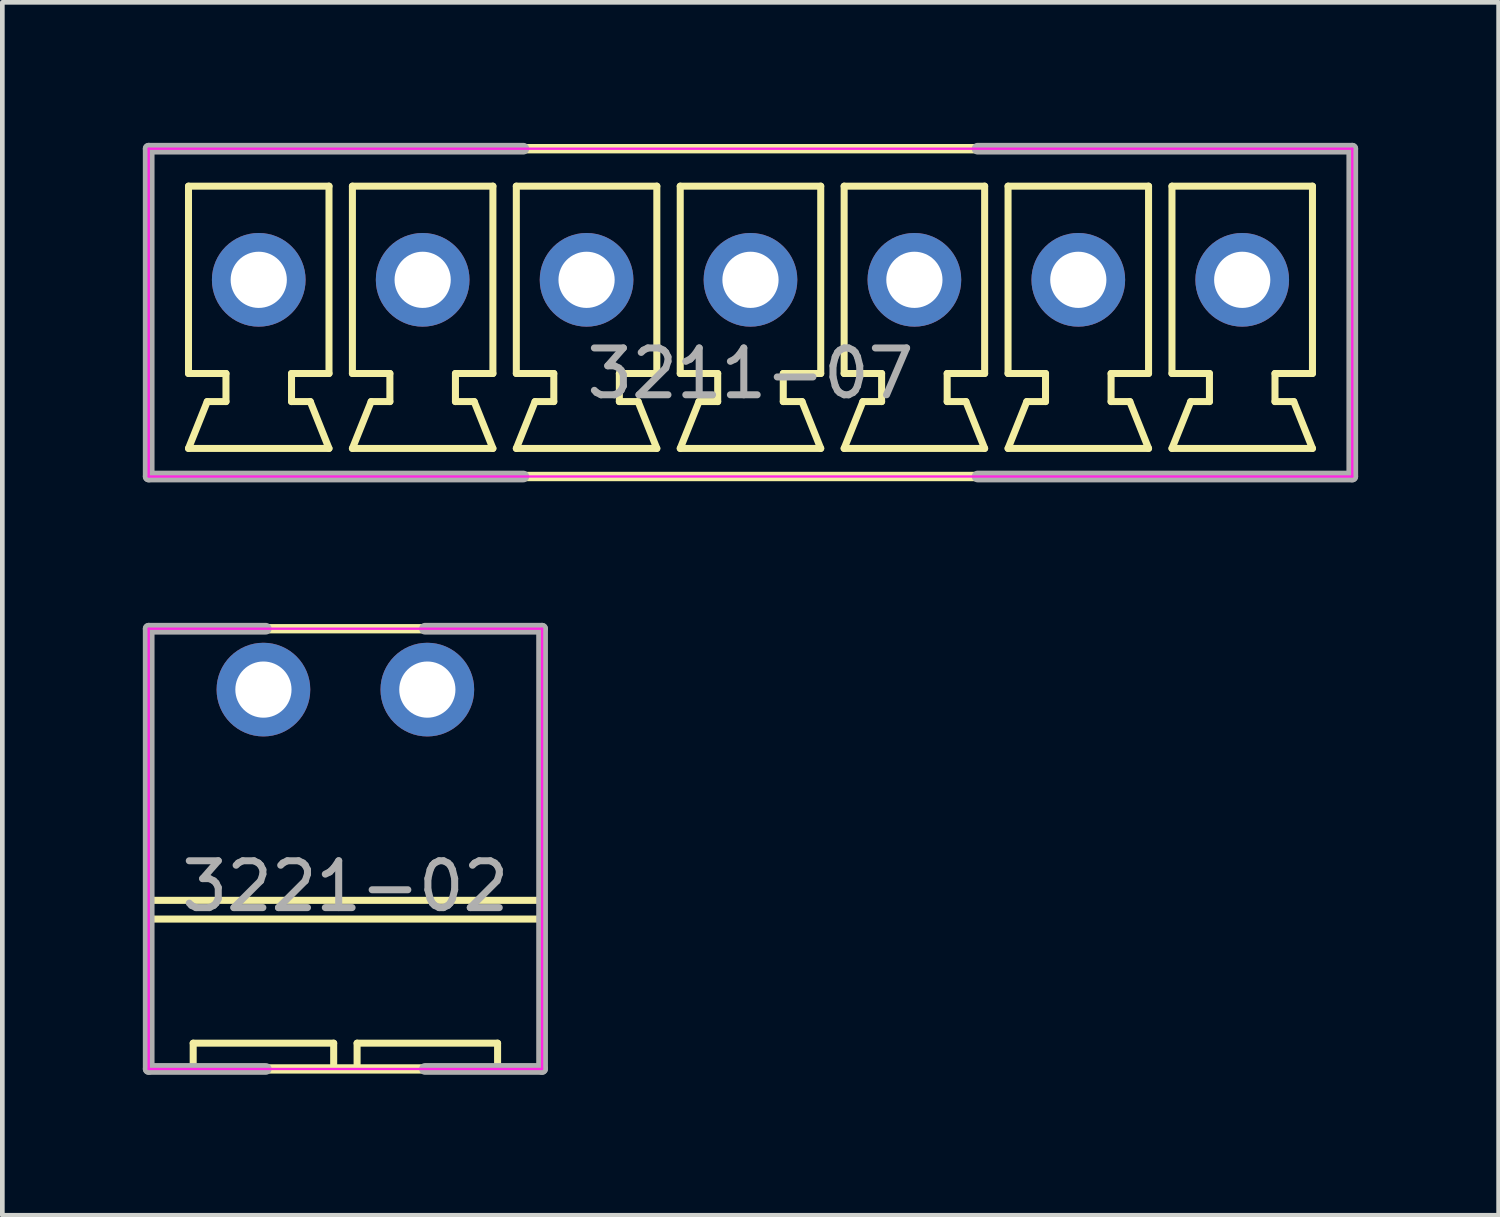
<source format=kicad_pcb>
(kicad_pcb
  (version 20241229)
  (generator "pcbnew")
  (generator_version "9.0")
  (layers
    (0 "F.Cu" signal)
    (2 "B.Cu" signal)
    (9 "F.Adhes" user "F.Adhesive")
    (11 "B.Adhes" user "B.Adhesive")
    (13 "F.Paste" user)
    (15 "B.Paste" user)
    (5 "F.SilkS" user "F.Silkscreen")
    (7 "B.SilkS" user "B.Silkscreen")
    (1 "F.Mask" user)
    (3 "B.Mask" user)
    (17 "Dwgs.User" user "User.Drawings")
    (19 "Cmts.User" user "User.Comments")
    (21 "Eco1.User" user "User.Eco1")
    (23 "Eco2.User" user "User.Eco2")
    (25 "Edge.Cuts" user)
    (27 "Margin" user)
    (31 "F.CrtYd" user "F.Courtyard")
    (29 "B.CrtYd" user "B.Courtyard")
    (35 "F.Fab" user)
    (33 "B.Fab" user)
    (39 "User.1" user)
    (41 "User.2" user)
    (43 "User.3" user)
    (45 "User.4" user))
  (footprint "3211-07"
    (layer "F.Cu")
    (at 12.975 2.925)
    (property "Reference" "3211-07" (at 0 2 180) (layer "F.Fab") (effects (font (size 1 1) (thickness 0.15))))
    (attr through_hole)
    (fp_line (start -12.85 4.2) (end -12.85 -2.8) (stroke (width 0.2) (type solid)) (layer "F.SilkS"))
    (fp_line (start -12 -2) (end -12 2) (stroke (width 0.15) (type solid)) (layer "F.SilkS"))
    (fp_line (start -12 3.6) (end -11.6 2.6) (stroke (width 0.15) (type solid)) (layer "F.SilkS"))
    (fp_line (start -11.6 2.6) (end -11.2 2.6) (stroke (width 0.15) (type solid)) (layer "F.SilkS"))
    (fp_line (start -11.2 2) (end -12 2) (stroke (width 0.15) (type solid)) (layer "F.SilkS"))
    (fp_line (start -11.2 2) (end -11.2 2.6) (stroke (width 0.15) (type solid)) (layer "F.SilkS"))
    (fp_line (start -9.8 2) (end -9.8 2.6) (stroke (width 0.15) (type solid)) (layer "F.SilkS"))
    (fp_line (start -9.8 2.6) (end -9.4 2.6) (stroke (width 0.15) (type solid)) (layer "F.SilkS"))
    (fp_line (start -9.4 2.6) (end -9 3.6) (stroke (width 0.15) (type solid)) (layer "F.SilkS"))
    (fp_line (start -9 -2) (end -12 -2) (stroke (width 0.15) (type solid)) (layer "F.SilkS"))
    (fp_line (start -9 -2) (end -9 2) (stroke (width 0.15) (type solid)) (layer "F.SilkS"))
    (fp_line (start -9 2) (end -9.8 2) (stroke (width 0.15) (type solid)) (layer "F.SilkS"))
    (fp_line (start -9 3.6) (end -12 3.6) (stroke (width 0.15) (type solid)) (layer "F.SilkS"))
    (fp_line (start -8.5 -2) (end -8.5 2) (stroke (width 0.15) (type solid)) (layer "F.SilkS"))
    (fp_line (start -8.5 3.6) (end -8.1 2.6) (stroke (width 0.15) (type solid)) (layer "F.SilkS"))
    (fp_line (start -8.1 2.6) (end -7.7 2.6) (stroke (width 0.15) (type solid)) (layer "F.SilkS"))
    (fp_line (start -7.7 2) (end -8.5 2) (stroke (width 0.15) (type solid)) (layer "F.SilkS"))
    (fp_line (start -7.7 2) (end -7.7 2.6) (stroke (width 0.15) (type solid)) (layer "F.SilkS"))
    (fp_line (start -6.3 2) (end -6.3 2.6) (stroke (width 0.15) (type solid)) (layer "F.SilkS"))
    (fp_line (start -6.3 2.6) (end -5.9 2.6) (stroke (width 0.15) (type solid)) (layer "F.SilkS"))
    (fp_line (start -5.9 2.6) (end -5.5 3.6) (stroke (width 0.15) (type solid)) (layer "F.SilkS"))
    (fp_line (start -5.5 -2) (end -8.5 -2) (stroke (width 0.15) (type solid)) (layer "F.SilkS"))
    (fp_line (start -5.5 -2) (end -5.5 2) (stroke (width 0.15) (type solid)) (layer "F.SilkS"))
    (fp_line (start -5.5 2) (end -6.3 2) (stroke (width 0.15) (type solid)) (layer "F.SilkS"))
    (fp_line (start -5.5 3.6) (end -8.5 3.6) (stroke (width 0.15) (type solid)) (layer "F.SilkS"))
    (fp_line (start -5 -2) (end -5 2) (stroke (width 0.15) (type solid)) (layer "F.SilkS"))
    (fp_line (start -5 3.6) (end -4.6 2.6) (stroke (width 0.15) (type solid)) (layer "F.SilkS"))
    (fp_line (start -4.6 2.6) (end -4.2 2.6) (stroke (width 0.15) (type solid)) (layer "F.SilkS"))
    (fp_line (start -4.2 2) (end -5 2) (stroke (width 0.15) (type solid)) (layer "F.SilkS"))
    (fp_line (start -4.2 2) (end -4.2 2.6) (stroke (width 0.15) (type solid)) (layer "F.SilkS"))
    (fp_line (start -2.8 2) (end -2.8 2.6) (stroke (width 0.15) (type solid)) (layer "F.SilkS"))
    (fp_line (start -2.8 2.6) (end -2.4 2.6) (stroke (width 0.15) (type solid)) (layer "F.SilkS"))
    (fp_line (start -2.4 2.6) (end -2 3.6) (stroke (width 0.15) (type solid)) (layer "F.SilkS"))
    (fp_line (start -2 -2) (end -5 -2) (stroke (width 0.15) (type solid)) (layer "F.SilkS"))
    (fp_line (start -2 -2) (end -2 2) (stroke (width 0.15) (type solid)) (layer "F.SilkS"))
    (fp_line (start -2 2) (end -2.8 2) (stroke (width 0.15) (type solid)) (layer "F.SilkS"))
    (fp_line (start -2 3.6) (end -5 3.6) (stroke (width 0.15) (type solid)) (layer "F.SilkS"))
    (fp_line (start -1.5 -2) (end -1.5 2) (stroke (width 0.15) (type solid)) (layer "F.SilkS"))
    (fp_line (start -1.5 3.6) (end -1.1 2.6) (stroke (width 0.15) (type solid)) (layer "F.SilkS"))
    (fp_line (start -1.1 2.6) (end -0.7 2.6) (stroke (width 0.15) (type solid)) (layer "F.SilkS"))
    (fp_line (start -0.7 2) (end -1.5 2) (stroke (width 0.15) (type solid)) (layer "F.SilkS"))
    (fp_line (start -0.7 2) (end -0.7 2.6) (stroke (width 0.15) (type solid)) (layer "F.SilkS"))
    (fp_line (start 0.7 2) (end 0.7 2.6) (stroke (width 0.15) (type solid)) (layer "F.SilkS"))
    (fp_line (start 0.7 2.6) (end 1.1 2.6) (stroke (width 0.15) (type solid)) (layer "F.SilkS"))
    (fp_line (start 1.1 2.6) (end 1.5 3.6) (stroke (width 0.15) (type solid)) (layer "F.SilkS"))
    (fp_line (start 1.5 -2) (end -1.5 -2) (stroke (width 0.15) (type solid)) (layer "F.SilkS"))
    (fp_line (start 1.5 -2) (end 1.5 2) (stroke (width 0.15) (type solid)) (layer "F.SilkS"))
    (fp_line (start 1.5 2) (end 0.7 2) (stroke (width 0.15) (type solid)) (layer "F.SilkS"))
    (fp_line (start 1.5 3.6) (end -1.5 3.6) (stroke (width 0.15) (type solid)) (layer "F.SilkS"))
    (fp_line (start 2 -2) (end 2 2) (stroke (width 0.15) (type solid)) (layer "F.SilkS"))
    (fp_line (start 2 3.6) (end 2.4 2.6) (stroke (width 0.15) (type solid)) (layer "F.SilkS"))
    (fp_line (start 2.4 2.6) (end 2.8 2.6) (stroke (width 0.15) (type solid)) (layer "F.SilkS"))
    (fp_line (start 2.8 2) (end 2 2) (stroke (width 0.15) (type solid)) (layer "F.SilkS"))
    (fp_line (start 2.8 2) (end 2.8 2.6) (stroke (width 0.15) (type solid)) (layer "F.SilkS"))
    (fp_line (start 4.2 2) (end 4.2 2.6) (stroke (width 0.15) (type solid)) (layer "F.SilkS"))
    (fp_line (start 4.2 2.6) (end 4.6 2.6) (stroke (width 0.15) (type solid)) (layer "F.SilkS"))
    (fp_line (start 4.6 2.6) (end 5 3.6) (stroke (width 0.15) (type solid)) (layer "F.SilkS"))
    (fp_line (start 5 -2) (end 2 -2) (stroke (width 0.15) (type solid)) (layer "F.SilkS"))
    (fp_line (start 5 -2) (end 5 2) (stroke (width 0.15) (type solid)) (layer "F.SilkS"))
    (fp_line (start 5 2) (end 4.2 2) (stroke (width 0.15) (type solid)) (layer "F.SilkS"))
    (fp_line (start 5 3.6) (end 2 3.6) (stroke (width 0.15) (type solid)) (layer "F.SilkS"))
    (fp_line (start 5.5 -2) (end 5.5 2) (stroke (width 0.15) (type solid)) (layer "F.SilkS"))
    (fp_line (start 5.5 3.6) (end 5.9 2.6) (stroke (width 0.15) (type solid)) (layer "F.SilkS"))
    (fp_line (start 5.9 2.6) (end 6.3 2.6) (stroke (width 0.15) (type solid)) (layer "F.SilkS"))
    (fp_line (start 6.3 2) (end 5.5 2) (stroke (width 0.15) (type solid)) (layer "F.SilkS"))
    (fp_line (start 6.3 2) (end 6.3 2.6) (stroke (width 0.15) (type solid)) (layer "F.SilkS"))
    (fp_line (start 7.7 2) (end 7.7 2.6) (stroke (width 0.15) (type solid)) (layer "F.SilkS"))
    (fp_line (start 7.7 2.6) (end 8.1 2.6) (stroke (width 0.15) (type solid)) (layer "F.SilkS"))
    (fp_line (start 8.1 2.6) (end 8.5 3.6) (stroke (width 0.15) (type solid)) (layer "F.SilkS"))
    (fp_line (start 8.5 -2) (end 5.5 -2) (stroke (width 0.15) (type solid)) (layer "F.SilkS"))
    (fp_line (start 8.5 -2) (end 8.5 2) (stroke (width 0.15) (type solid)) (layer "F.SilkS"))
    (fp_line (start 8.5 2) (end 7.7 2) (stroke (width 0.15) (type solid)) (layer "F.SilkS"))
    (fp_line (start 8.5 3.6) (end 5.5 3.6) (stroke (width 0.15) (type solid)) (layer "F.SilkS"))
    (fp_line (start 9 -2) (end 9 2) (stroke (width 0.15) (type solid)) (layer "F.SilkS"))
    (fp_line (start 9 3.6) (end 9.4 2.6) (stroke (width 0.15) (type solid)) (layer "F.SilkS"))
    (fp_line (start 9.4 2.6) (end 9.8 2.6) (stroke (width 0.15) (type solid)) (layer "F.SilkS"))
    (fp_line (start 9.8 2) (end 9 2) (stroke (width 0.15) (type solid)) (layer "F.SilkS"))
    (fp_line (start 9.8 2) (end 9.8 2.6) (stroke (width 0.15) (type solid)) (layer "F.SilkS"))
    (fp_line (start 11.2 2) (end 11.2 2.6) (stroke (width 0.15) (type solid)) (layer "F.SilkS"))
    (fp_line (start 11.2 2.6) (end 11.6 2.6) (stroke (width 0.15) (type solid)) (layer "F.SilkS"))
    (fp_line (start 11.6 2.6) (end 12 3.6) (stroke (width 0.15) (type solid)) (layer "F.SilkS"))
    (fp_line (start 12 -2) (end 9 -2) (stroke (width 0.15) (type solid)) (layer "F.SilkS"))
    (fp_line (start 12 -2) (end 12 2) (stroke (width 0.15) (type solid)) (layer "F.SilkS"))
    (fp_line (start 12 2) (end 11.2 2) (stroke (width 0.15) (type solid)) (layer "F.SilkS"))
    (fp_line (start 12 3.6) (end 9 3.6) (stroke (width 0.15) (type solid)) (layer "F.SilkS"))
    (fp_line (start 12.85 -2.8) (end -12.85 -2.8) (stroke (width 0.2) (type solid)) (layer "F.SilkS"))
    (fp_line (start 12.85 4.2) (end -12.85 4.2) (stroke (width 0.2) (type solid)) (layer "F.SilkS"))
    (fp_line (start 12.85 4.2) (end 12.85 -2.8) (stroke (width 0.2) (type solid)) (layer "F.SilkS"))
    (fp_line (start -12.85 4.2) (end -12.85 -2.8) (stroke (width 0.05) (type solid)) (layer "F.CrtYd"))
    (fp_line (start 12.85 -2.8) (end -12.85 -2.8) (stroke (width 0.05) (type solid)) (layer "F.CrtYd"))
    (fp_line (start 12.85 4.2) (end -12.85 4.2) (stroke (width 0.05) (type solid)) (layer "F.CrtYd"))
    (fp_line (start 12.85 4.2) (end 12.85 -2.8) (stroke (width 0.05) (type solid)) (layer "F.CrtYd"))
    (fp_line (start -12.85 4.2) (end -12.85 -2.8) (stroke (width 0.25) (type solid)) (layer "F.Fab"))
    (fp_line (start -4.85 -2.8) (end -12.85 -2.8) (stroke (width 0.25) (type solid)) (layer "F.Fab"))
    (fp_line (start -4.85 4.2) (end -12.85 4.2) (stroke (width 0.25) (type solid)) (layer "F.Fab"))
    (fp_line (start 12.85 -2.8) (end 4.85 -2.8) (stroke (width 0.25) (type solid)) (layer "F.Fab"))
    (fp_line (start 12.85 4.2) (end 4.85 4.2) (stroke (width 0.25) (type solid)) (layer "F.Fab"))
    (fp_line (start 12.85 4.2) (end 12.85 -2.8) (stroke (width 0.25) (type solid)) (layer "F.Fab"))
    (pad "1" thru_hole circle (at -10.5 0) (size 2 2) (drill 1.2) (layers "*.Cu" "*.Mask"))
    (pad "2" thru_hole circle (at -7 0) (size 2 2) (drill 1.2) (layers "*.Cu" "*.Mask"))
    (pad "3" thru_hole circle (at -3.5 0) (size 2 2) (drill 1.2) (layers "*.Cu" "*.Mask"))
    (pad "4" thru_hole circle (at 0 0) (size 2 2) (drill 1.2) (layers "*.Cu" "*.Mask"))
    (pad "5" thru_hole circle (at 3.5 0) (size 2 2) (drill 1.2) (layers "*.Cu" "*.Mask"))
    (pad "6" thru_hole circle (at 7 0) (size 2 2) (drill 1.2) (layers "*.Cu" "*.Mask"))
    (pad "7" thru_hole circle (at 10.5 0) (size 2 2) (drill 1.2) (layers "*.Cu" "*.Mask")))
  (footprint "3221-02"
    (layer "F.Cu")
    (at 4.325 11.675)
    (property "Reference" "3221-02" (at 0 4.2 0) (layer "F.Fab") (effects (font (size 1 1) (thickness 0.15))))
    (attr through_hole)
    (fp_line (start -4.2 -1.3) (end -4.2 8.1) (stroke (width 0.2) (type solid)) (layer "F.SilkS"))
    (fp_line (start -4.2 -1.3) (end 4.2 -1.3) (stroke (width 0.2) (type solid)) (layer "F.SilkS"))
    (fp_line (start -4.2 4.5) (end 4.2 4.5) (stroke (width 0.15) (type solid)) (layer "F.SilkS"))
    (fp_line (start -4.2 8.1) (end 4.2 8.1) (stroke (width 0.2) (type solid)) (layer "F.SilkS"))
    (fp_line (start -3.25 7.55) (end -0.25 7.55) (stroke (width 0.15) (type solid)) (layer "F.SilkS"))
    (fp_line (start -3.25 8.1) (end -3.25 7.55) (stroke (width 0.15) (type solid)) (layer "F.SilkS"))
    (fp_line (start -0.25 7.55) (end -0.25 8) (stroke (width 0.15) (type solid)) (layer "F.SilkS"))
    (fp_line (start 0.25 7.55) (end 3.25 7.55) (stroke (width 0.15) (type solid)) (layer "F.SilkS"))
    (fp_line (start 0.25 8) (end 0.25 7.55) (stroke (width 0.15) (type solid)) (layer "F.SilkS"))
    (fp_line (start 3.25 7.55) (end 3.25 8.1) (stroke (width 0.15) (type solid)) (layer "F.SilkS"))
    (fp_line (start 4.2 -1.3) (end 4.2 8.1) (stroke (width 0.2) (type solid)) (layer "F.SilkS"))
    (fp_line (start 4.2 4.9) (end -4.2 4.9) (stroke (width 0.15) (type solid)) (layer "F.SilkS"))
    (fp_line (start -4.2 -1.3) (end -4.2 8.1) (stroke (width 0.05) (type solid)) (layer "F.CrtYd"))
    (fp_line (start -4.2 8.1) (end 4.2 8.1) (stroke (width 0.05) (type solid)) (layer "F.CrtYd"))
    (fp_line (start 4.2 -1.3) (end -4.2 -1.3) (stroke (width 0.05) (type solid)) (layer "F.CrtYd"))
    (fp_line (start 4.2 8.1) (end 4.2 -1.3) (stroke (width 0.05) (type solid)) (layer "F.CrtYd"))
    (fp_line (start -4.2 -1.3) (end -4.2 8.1) (stroke (width 0.25) (type solid)) (layer "F.Fab"))
    (fp_line (start -4.2 8.1) (end -1.7 8.1) (stroke (width 0.25) (type solid)) (layer "F.Fab"))
    (fp_line (start -1.7 -1.3) (end -4.2 -1.3) (stroke (width 0.25) (type solid)) (layer "F.Fab"))
    (fp_line (start 1.7 -1.3) (end 4.2 -1.3) (stroke (width 0.25) (type solid)) (layer "F.Fab"))
    (fp_line (start 4.2 -1.3) (end 4.2 8.1) (stroke (width 0.25) (type solid)) (layer "F.Fab"))
    (fp_line (start 4.2 8.1) (end 1.7 8.1) (stroke (width 0.25) (type solid)) (layer "F.Fab"))
    (pad "1" thru_hole circle (at -1.75 0 180) (size 2 2) (drill 1.2) (layers "*.Cu" "*.Mask"))
    (pad "2" thru_hole circle (at 1.75 0 180) (size 2 2) (drill 1.2) (layers "*.Cu" "*.Mask")))
  (gr_rect
    (start -3 -3)
    (end 28.95 22.9)
    (stroke (width 0.1) (type default))
    (fill no)
    (layer "Edge.Cuts")))
</source>
